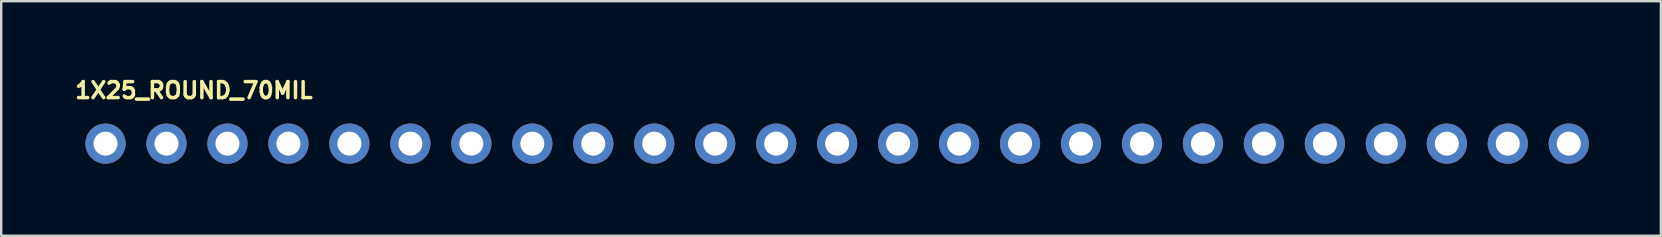
<source format=kicad_pcb>
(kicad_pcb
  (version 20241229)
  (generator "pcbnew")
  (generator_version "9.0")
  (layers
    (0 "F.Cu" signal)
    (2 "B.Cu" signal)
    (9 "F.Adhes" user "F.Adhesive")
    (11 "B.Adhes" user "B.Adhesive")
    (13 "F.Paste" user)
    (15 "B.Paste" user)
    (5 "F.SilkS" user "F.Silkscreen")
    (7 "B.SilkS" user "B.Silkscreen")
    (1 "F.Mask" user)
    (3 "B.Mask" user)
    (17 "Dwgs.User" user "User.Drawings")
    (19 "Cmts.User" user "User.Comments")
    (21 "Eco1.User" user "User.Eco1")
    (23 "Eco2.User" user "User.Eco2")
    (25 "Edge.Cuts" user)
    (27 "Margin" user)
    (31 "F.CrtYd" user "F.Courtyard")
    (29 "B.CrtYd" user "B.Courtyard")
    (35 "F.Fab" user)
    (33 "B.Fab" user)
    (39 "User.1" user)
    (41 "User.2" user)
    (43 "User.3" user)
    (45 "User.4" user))
  (footprint "1X25_ROUND_70MIL"
    (layer "F.Cu")
    (at 31.826 2.934)
    (property "Reference" "1X25_ROUND_70MIL" (at -31.826 -1.829 0) (unlocked yes) (layer "F.SilkS") (effects (font (size 0.666 0.666) (thickness 0.146)) (justify left bottom)))
    (pad "1" thru_hole circle (at -30.48 0 90) (size 1.676 1.676) (drill 1) (layers "*.Cu" "*.Mask"))
    (pad "2" thru_hole circle (at -27.94 0 90) (size 1.676 1.676) (drill 1) (layers "*.Cu" "*.Mask"))
    (pad "3" thru_hole circle (at -25.4 0 90) (size 1.676 1.676) (drill 1) (layers "*.Cu" "*.Mask"))
    (pad "4" thru_hole circle (at -22.86 0 90) (size 1.676 1.676) (drill 1) (layers "*.Cu" "*.Mask"))
    (pad "5" thru_hole circle (at -20.32 0 90) (size 1.676 1.676) (drill 1) (layers "*.Cu" "*.Mask"))
    (pad "6" thru_hole circle (at -17.78 0 90) (size 1.676 1.676) (drill 1) (layers "*.Cu" "*.Mask"))
    (pad "7" thru_hole circle (at -15.24 0 90) (size 1.676 1.676) (drill 1) (layers "*.Cu" "*.Mask"))
    (pad "8" thru_hole circle (at -12.7 0 90) (size 1.676 1.676) (drill 1) (layers "*.Cu" "*.Mask"))
    (pad "9" thru_hole circle (at -10.16 0 90) (size 1.676 1.676) (drill 1) (layers "*.Cu" "*.Mask"))
    (pad "10" thru_hole circle (at -7.62 0 90) (size 1.676 1.676) (drill 1) (layers "*.Cu" "*.Mask"))
    (pad "11" thru_hole circle (at -5.08 0 90) (size 1.676 1.676) (drill 1) (layers "*.Cu" "*.Mask"))
    (pad "12" thru_hole circle (at -2.54 0 90) (size 1.676 1.676) (drill 1) (layers "*.Cu" "*.Mask"))
    (pad "13" thru_hole circle (at 0 0 90) (size 1.676 1.676) (drill 1) (layers "*.Cu" "*.Mask"))
    (pad "14" thru_hole circle (at 2.54 0 90) (size 1.676 1.676) (drill 1) (layers "*.Cu" "*.Mask"))
    (pad "15" thru_hole circle (at 5.08 0 90) (size 1.676 1.676) (drill 1) (layers "*.Cu" "*.Mask"))
    (pad "16" thru_hole circle (at 7.62 0 90) (size 1.676 1.676) (drill 1) (layers "*.Cu" "*.Mask"))
    (pad "17" thru_hole circle (at 10.16 0 90) (size 1.676 1.676) (drill 1) (layers "*.Cu" "*.Mask"))
    (pad "18" thru_hole circle (at 12.7 0 90) (size 1.676 1.676) (drill 1) (layers "*.Cu" "*.Mask"))
    (pad "19" thru_hole circle (at 15.24 0 90) (size 1.676 1.676) (drill 1) (layers "*.Cu" "*.Mask"))
    (pad "20" thru_hole circle (at 17.78 0 90) (size 1.676 1.676) (drill 1) (layers "*.Cu" "*.Mask"))
    (pad "21" thru_hole circle (at 20.32 0 90) (size 1.676 1.676) (drill 1) (layers "*.Cu" "*.Mask"))
    (pad "22" thru_hole circle (at 22.86 0 90) (size 1.676 1.676) (drill 1) (layers "*.Cu" "*.Mask"))
    (pad "23" thru_hole circle (at 25.4 0 90) (size 1.676 1.676) (drill 1) (layers "*.Cu" "*.Mask"))
    (pad "24" thru_hole circle (at 27.94 0 90) (size 1.676 1.676) (drill 1) (layers "*.Cu" "*.Mask"))
    (pad "25" thru_hole circle (at 30.48 0 90) (size 1.676 1.676) (drill 1) (layers "*.Cu" "*.Mask")))
  (gr_rect
    (start -3 -3)
    (end 66.144 6.772)
    (stroke (width 0.1) (type default))
    (fill no)
    (layer "Edge.Cuts")))
</source>
